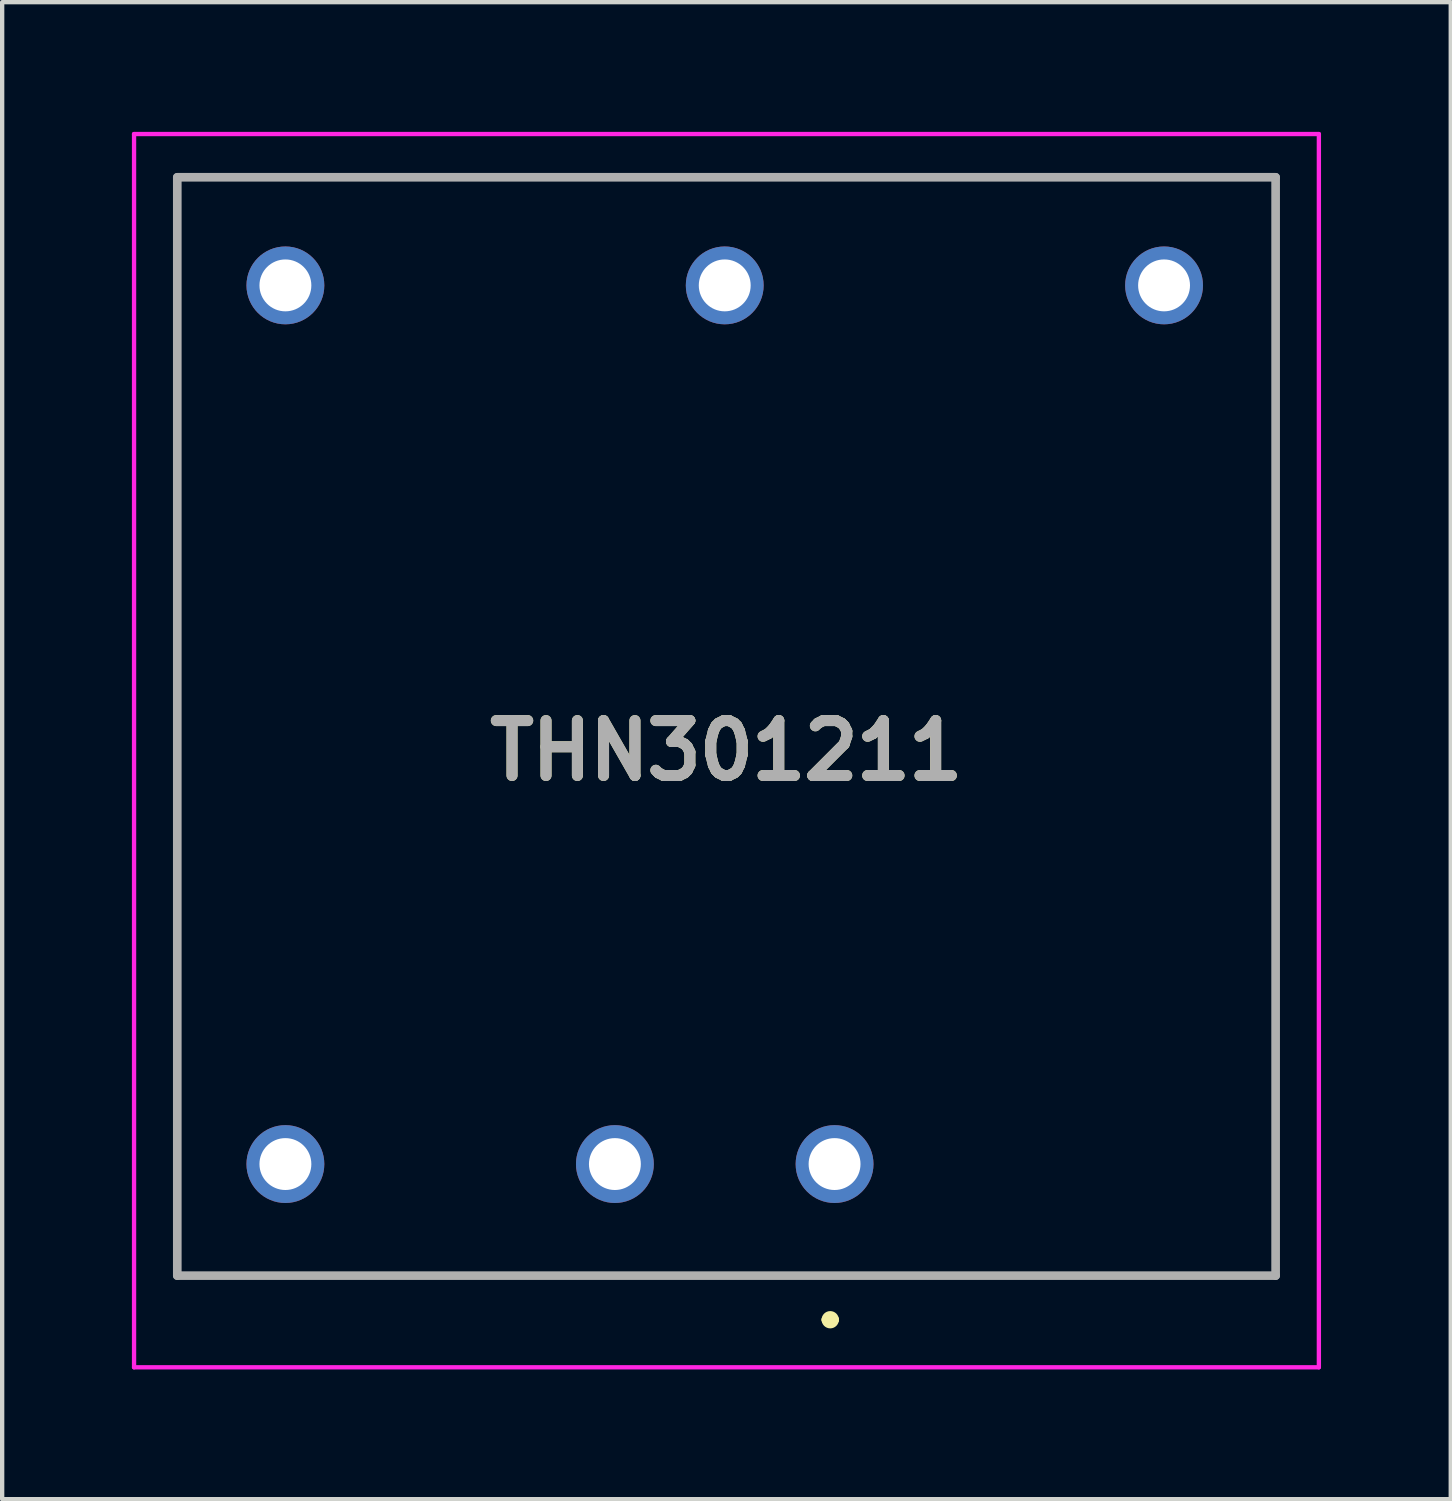
<source format=kicad_pcb>
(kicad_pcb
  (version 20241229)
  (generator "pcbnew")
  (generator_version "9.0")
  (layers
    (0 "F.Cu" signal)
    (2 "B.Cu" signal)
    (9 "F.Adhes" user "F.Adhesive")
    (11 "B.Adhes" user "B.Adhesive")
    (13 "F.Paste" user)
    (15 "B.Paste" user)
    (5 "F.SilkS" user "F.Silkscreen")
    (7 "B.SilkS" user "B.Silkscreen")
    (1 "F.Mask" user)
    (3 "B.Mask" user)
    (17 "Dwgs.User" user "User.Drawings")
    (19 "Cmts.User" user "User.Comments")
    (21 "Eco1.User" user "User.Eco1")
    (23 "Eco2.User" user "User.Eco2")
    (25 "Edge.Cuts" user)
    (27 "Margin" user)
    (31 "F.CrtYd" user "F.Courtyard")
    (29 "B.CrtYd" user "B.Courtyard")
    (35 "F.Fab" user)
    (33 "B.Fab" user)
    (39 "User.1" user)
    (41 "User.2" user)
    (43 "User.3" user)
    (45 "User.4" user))
  (footprint "THN301211"
    (layer "F.Cu")
    (at 16.25 23.87)
    (property "Reference" "THN301211" (at -2.5 -9.56 0) (layer "F.SilkS") (effects (font (size 1.27 1.27) (thickness 0.254))))
    (attr through_hole)
    (fp_line (start -15.2 -22.82) (end -15.2 2.58) (stroke (width 0.1) (type solid)) (layer "F.SilkS"))
    (fp_line (start -15.2 2.58) (end 10.2 2.58) (stroke (width 0.1) (type solid)) (layer "F.SilkS"))
    (fp_line (start -0.2 3.6) (end -0.2 3.6) (stroke (width 0.2) (type solid)) (layer "F.SilkS"))
    (fp_line (start 0 3.6) (end 0 3.6) (stroke (width 0.2) (type solid)) (layer "F.SilkS"))
    (fp_line (start 10.2 -22.82) (end -15.2 -22.82) (stroke (width 0.1) (type solid)) (layer "F.SilkS"))
    (fp_line (start 10.2 2.58) (end 10.2 -22.82) (stroke (width 0.1) (type solid)) (layer "F.SilkS"))
    (fp_arc (start -0.2 3.6) (mid -0.1 3.5) (end 0 3.6) (stroke (width 0.2) (type solid)) (layer "F.SilkS"))
    (fp_arc (start 0 3.6) (mid -0.1 3.7) (end -0.2 3.6) (stroke (width 0.2) (type solid)) (layer "F.SilkS"))
    (fp_line (start -16.2 -23.82) (end -16.2 4.7) (stroke (width 0.1) (type solid)) (layer "F.CrtYd"))
    (fp_line (start -16.2 4.7) (end 11.2 4.7) (stroke (width 0.1) (type solid)) (layer "F.CrtYd"))
    (fp_line (start 11.2 -23.82) (end -16.2 -23.82) (stroke (width 0.1) (type solid)) (layer "F.CrtYd"))
    (fp_line (start 11.2 4.7) (end 11.2 -23.82) (stroke (width 0.1) (type solid)) (layer "F.CrtYd"))
    (fp_line (start -15.2 -22.82) (end -15.2 2.58) (stroke (width 0.2) (type solid)) (layer "F.Fab"))
    (fp_line (start -15.2 2.58) (end 10.2 2.58) (stroke (width 0.2) (type solid)) (layer "F.Fab"))
    (fp_line (start 10.2 -22.82) (end -15.2 -22.82) (stroke (width 0.2) (type solid)) (layer "F.Fab"))
    (fp_line (start 10.2 2.58) (end 10.2 -22.82) (stroke (width 0.2) (type solid)) (layer "F.Fab"))
    (fp_text user "${REFERENCE}" (at -2.5 -9.56 0) (layer "F.Fab") (effects (font (size 1.27 1.27) (thickness 0.254))))
    (pad "1" thru_hole circle (at 0 0) (size 1.8 1.8) (drill 1.2) (layers "*.Cu" "*.Mask"))
    (pad "2" thru_hole circle (at -5.08 0) (size 1.8 1.8) (drill 1.2) (layers "*.Cu" "*.Mask"))
    (pad "3" thru_hole circle (at 7.62 -20.32) (size 1.8 1.8) (drill 1.2) (layers "*.Cu" "*.Mask"))
    (pad "4" thru_hole circle (at -2.54 -20.32) (size 1.8 1.8) (drill 1.2) (layers "*.Cu" "*.Mask"))
    (pad "5" thru_hole circle (at -12.7 -20.32) (size 1.8 1.8) (drill 1.2) (layers "*.Cu" "*.Mask"))
    (pad "6" thru_hole circle (at -12.7 0) (size 1.8 1.8) (drill 1.2) (layers "*.Cu" "*.Mask")))
  (gr_rect
    (start -3 -3)
    (end 30.5 31.62)
    (stroke (width 0.1) (type default))
    (fill no)
    (layer "Edge.Cuts")))
</source>
